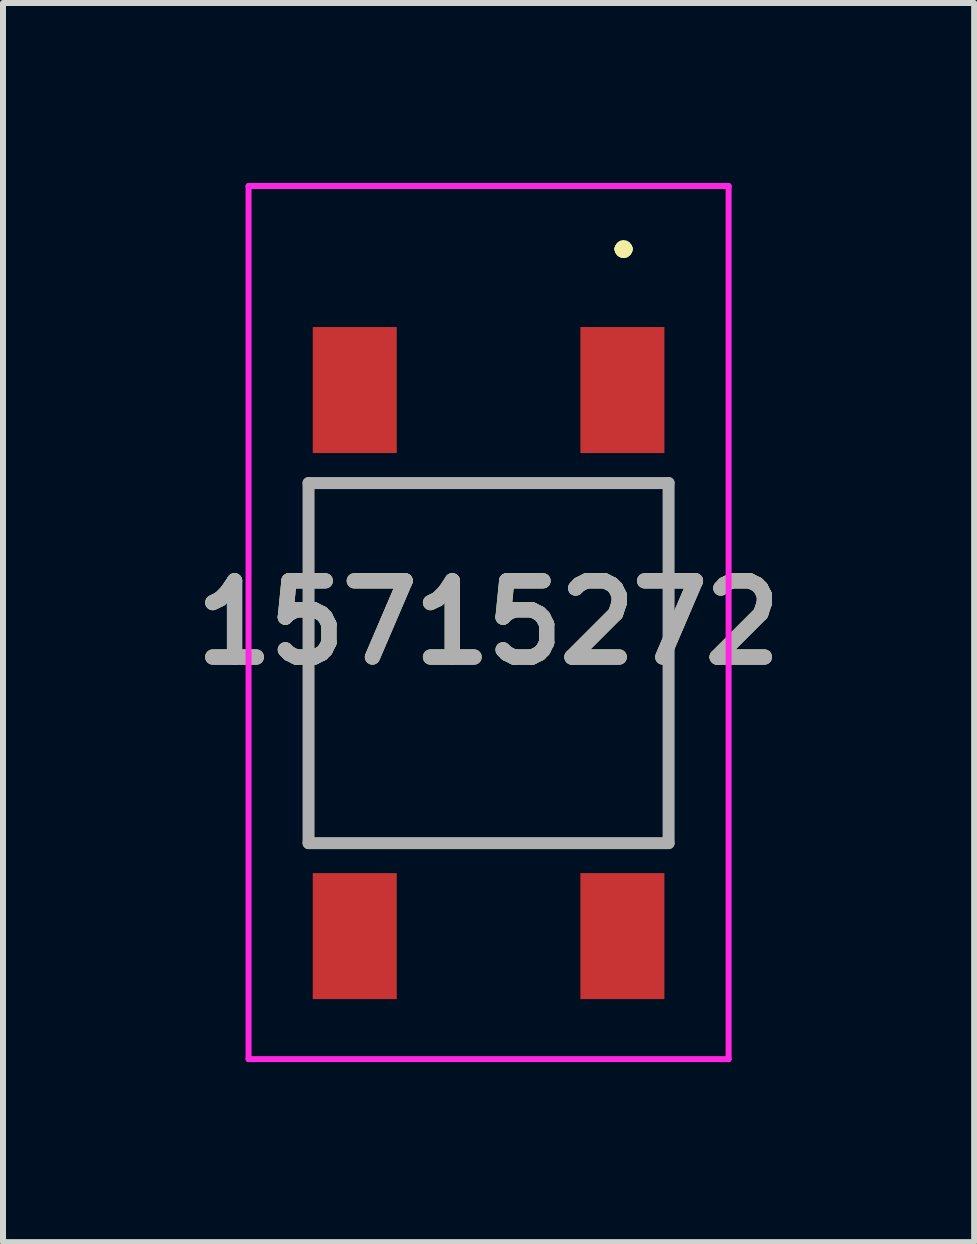
<source format=kicad_pcb>
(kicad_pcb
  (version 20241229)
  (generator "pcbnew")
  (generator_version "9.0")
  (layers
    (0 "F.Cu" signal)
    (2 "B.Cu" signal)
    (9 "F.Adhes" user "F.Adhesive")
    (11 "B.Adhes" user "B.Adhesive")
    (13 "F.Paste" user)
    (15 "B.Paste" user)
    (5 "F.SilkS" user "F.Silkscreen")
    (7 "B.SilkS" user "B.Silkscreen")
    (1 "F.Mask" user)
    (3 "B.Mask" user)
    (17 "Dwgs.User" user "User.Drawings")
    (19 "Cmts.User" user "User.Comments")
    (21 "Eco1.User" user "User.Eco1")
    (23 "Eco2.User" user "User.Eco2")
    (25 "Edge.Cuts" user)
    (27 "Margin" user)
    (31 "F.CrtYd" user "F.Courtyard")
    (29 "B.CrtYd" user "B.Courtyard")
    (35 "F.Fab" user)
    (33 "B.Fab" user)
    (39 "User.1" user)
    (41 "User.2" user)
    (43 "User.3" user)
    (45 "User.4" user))
  (footprint "15715272"
    (layer "F.Cu")
    (at 5.092 8)
    (property "Reference" "15715272" (at 0 -0.675 0) (layer "F.SilkS") (effects (font (size 1.27 1.27) (thickness 0.254))))
    (attr smd)
    (fp_line (start -3 -3) (end 3 -3) (stroke (width 0.1) (type solid)) (layer "F.SilkS"))
    (fp_line (start -3 3) (end -3 -3) (stroke (width 0.1) (type solid)) (layer "F.SilkS"))
    (fp_line (start 2.2 -6.9) (end 2.2 -6.9) (stroke (width 0.2) (type solid)) (layer "F.SilkS"))
    (fp_line (start 2.2 -6.9) (end 2.2 -6.9) (stroke (width 0.2) (type solid)) (layer "F.SilkS"))
    (fp_line (start 2.3 -6.9) (end 2.3 -6.9) (stroke (width 0.2) (type solid)) (layer "F.SilkS"))
    (fp_line (start 3 -3) (end 3 3) (stroke (width 0.1) (type solid)) (layer "F.SilkS"))
    (fp_line (start 3 3) (end -3 3) (stroke (width 0.1) (type solid)) (layer "F.SilkS"))
    (fp_arc (start 2.2 -6.9) (mid 2.25 -6.95) (end 2.3 -6.9) (stroke (width 0.2) (type solid)) (layer "F.SilkS"))
    (fp_arc (start 2.3 -6.9) (mid 2.25 -6.85) (end 2.2 -6.9) (stroke (width 0.2) (type solid)) (layer "F.SilkS"))
    (fp_arc (start 2.3 -6.9) (mid 2.25 -6.85) (end 2.2 -6.9) (stroke (width 0.2) (type solid)) (layer "F.SilkS"))
    (fp_line (start -4 -7.95) (end 4 -7.95) (stroke (width 0.1) (type solid)) (layer "F.CrtYd"))
    (fp_line (start -4 6.6) (end -4 -7.95) (stroke (width 0.1) (type solid)) (layer "F.CrtYd"))
    (fp_line (start 4 -7.95) (end 4 6.6) (stroke (width 0.1) (type solid)) (layer "F.CrtYd"))
    (fp_line (start 4 6.6) (end -4 6.6) (stroke (width 0.1) (type solid)) (layer "F.CrtYd"))
    (fp_line (start -3 -3) (end -3 3) (stroke (width 0.2) (type solid)) (layer "F.Fab"))
    (fp_line (start -3 3) (end 3 3) (stroke (width 0.2) (type solid)) (layer "F.Fab"))
    (fp_line (start 3 -3) (end -3 -3) (stroke (width 0.2) (type solid)) (layer "F.Fab"))
    (fp_line (start 3 3) (end 3 -3) (stroke (width 0.2) (type solid)) (layer "F.Fab"))
    (fp_text user "${REFERENCE}" (at 0 -0.675 0) (layer "F.Fab") (effects (font (size 1.27 1.27) (thickness 0.254))))
    (pad "1" smd rect (at 2.23 -4.55) (size 1.4 2.1) (layers "F.Cu" "F.Mask" "F.Paste"))
    (pad "2" smd rect (at 2.23 4.55) (size 1.4 2.1) (layers "F.Cu" "F.Mask" "F.Paste"))
    (pad "3" smd rect (at -2.23 -4.55) (size 1.4 2.1) (layers "F.Cu" "F.Mask" "F.Paste"))
    (pad "4" smd rect (at -2.23 4.55) (size 1.4 2.1) (layers "F.Cu" "F.Mask" "F.Paste")))
  (gr_rect
    (start -3 -3)
    (end 13.184 17.65)
    (stroke (width 0.1) (type default))
    (fill no)
    (layer "Edge.Cuts")))
</source>
